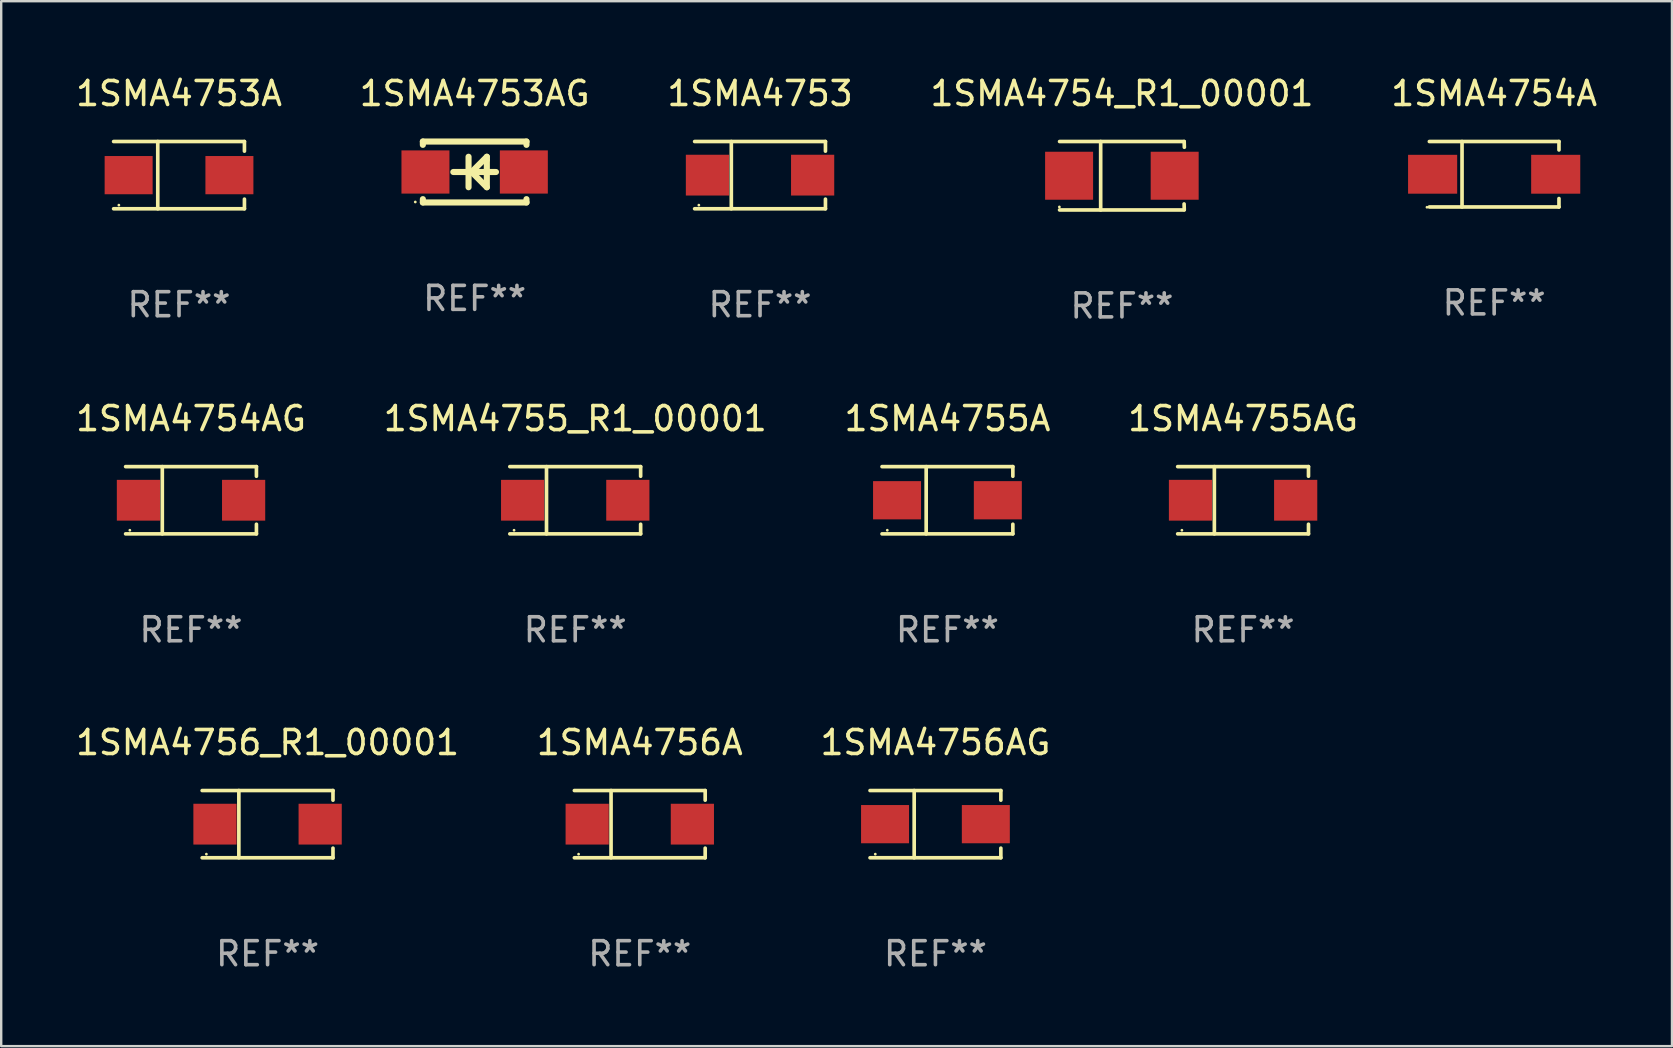
<source format=kicad_pcb>
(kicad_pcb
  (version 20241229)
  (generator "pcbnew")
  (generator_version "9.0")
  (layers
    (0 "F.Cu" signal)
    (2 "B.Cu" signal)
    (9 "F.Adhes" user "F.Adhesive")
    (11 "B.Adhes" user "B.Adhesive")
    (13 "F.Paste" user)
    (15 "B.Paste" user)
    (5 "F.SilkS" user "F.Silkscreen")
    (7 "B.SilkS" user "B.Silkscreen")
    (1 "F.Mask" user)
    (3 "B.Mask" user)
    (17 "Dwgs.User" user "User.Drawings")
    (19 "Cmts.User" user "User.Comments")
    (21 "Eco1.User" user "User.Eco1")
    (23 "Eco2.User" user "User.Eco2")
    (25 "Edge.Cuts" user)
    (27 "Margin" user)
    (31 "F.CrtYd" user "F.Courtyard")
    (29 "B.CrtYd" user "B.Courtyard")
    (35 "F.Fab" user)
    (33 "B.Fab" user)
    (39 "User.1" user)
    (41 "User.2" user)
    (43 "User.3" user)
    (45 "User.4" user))
  (footprint "1SMA4756_R1_00001"
    (layer "F.Cu")
    (at 8.101 31.297)
    (property "Reference" "1SMA4756_R1_00001" (at 0 -3.401 0) (layer "F.SilkS") (effects (font (size 1 1) (thickness 0.15))))
    (attr through_hole)
    (fp_line (start -2.726 -1.401) (end 2.726 -1.401) (stroke (width 0.152) (type solid)) (layer "F.SilkS"))
    (fp_line (start -2.726 1.401) (end 2.726 1.401) (stroke (width 0.152) (type solid)) (layer "F.SilkS"))
    (fp_line (start -1.197 -1.401) (end -1.197 1.401) (stroke (width 0.152) (type solid)) (layer "F.SilkS"))
    (fp_line (start 2.726 -1.401) (end 2.726 -1) (stroke (width 0.152) (type solid)) (layer "F.SilkS"))
    (fp_line (start 2.726 1.401) (end 2.726 1) (stroke (width 0.152) (type solid)) (layer "F.SilkS"))
    (fp_circle (center -2.55 1.25) (end -2.52 1.25) (stroke (width 0.06) (type solid)) (fill no) (layer "F.SilkS"))
    (fp_text user "REF**" (at 0 5.401 0) (layer "F.Fab") (effects (font (size 1 1) (thickness 0.15))))
    (pad "1" smd rect (at -2.192 0) (size 1.8 1.7) (layers "F.Cu" "F.Mask" "F.Paste"))
    (pad "2" smd rect (at 2.192 0) (size 1.8 1.7) (layers "F.Cu" "F.Mask" "F.Paste")))
  (footprint "1SMA4753AG"
    (layer "F.Cu")
    (at 16.732 4.118)
    (property "Reference" "1SMA4753AG" (at 0 -3.27 0) (layer "F.SilkS") (effects (font (size 1 1) (thickness 0.15))))
    (attr through_hole)
    (fp_line (start -2.159 -1.27) (end -2.159 -1.131) (stroke (width 0.254) (type solid)) (layer "F.SilkS"))
    (fp_line (start -2.159 1.131) (end -2.159 1.27) (stroke (width 0.254) (type solid)) (layer "F.SilkS"))
    (fp_line (start -2.159 1.27) (end 2.159 1.27) (stroke (width 0.254) (type solid)) (layer "F.SilkS"))
    (fp_line (start -0.255 -0.635) (end -0.255 0.635) (stroke (width 0.254) (type solid)) (layer "F.SilkS"))
    (fp_line (start -0.128 0) (end 0.507 -0.635) (stroke (width 0.254) (type solid)) (layer "F.SilkS"))
    (fp_line (start 0.507 -0.635) (end 0.507 -0.508) (stroke (width 0.254) (type solid)) (layer "F.SilkS"))
    (fp_line (start 0.507 -0.508) (end 0.507 0.635) (stroke (width 0.254) (type solid)) (layer "F.SilkS"))
    (fp_line (start 0.507 0.635) (end -0.128 0) (stroke (width 0.254) (type solid)) (layer "F.SilkS"))
    (fp_line (start 0.888 0) (end -0.89 0) (stroke (width 0.254) (type solid)) (layer "F.SilkS"))
    (fp_line (start 2.159 -1.27) (end -2.159 -1.27) (stroke (width 0.254) (type solid)) (layer "F.SilkS"))
    (fp_line (start 2.159 -1.131) (end 2.159 -1.27) (stroke (width 0.254) (type solid)) (layer "F.SilkS"))
    (fp_line (start 2.159 1.27) (end 2.159 1.131) (stroke (width 0.254) (type solid)) (layer "F.SilkS"))
    (fp_circle (center -2.475 1.25) (end -2.445 1.25) (stroke (width 0.06) (type solid)) (fill no) (layer "F.SilkS"))
    (fp_text user "REF**" (at 0 5.27 0) (layer "F.Fab") (effects (font (size 1 1) (thickness 0.15))))
    (pad "1" smd rect (at -2.051 0) (size 2 1.8) (layers "F.Cu" "F.Mask" "F.Paste"))
    (pad "2" smd rect (at 2.049 0) (size 2 1.8) (layers "F.Cu" "F.Mask" "F.Paste")))
  (footprint "1SMA4753"
    (layer "F.Cu")
    (at 28.625 4.249)
    (property "Reference" "1SMA4753" (at 0 -3.401 0) (layer "F.SilkS") (effects (font (size 1 1) (thickness 0.15))))
    (attr through_hole)
    (fp_line (start -2.726 -1.401) (end 2.726 -1.401) (stroke (width 0.152) (type solid)) (layer "F.SilkS"))
    (fp_line (start -2.726 1.401) (end 2.726 1.401) (stroke (width 0.152) (type solid)) (layer "F.SilkS"))
    (fp_line (start -1.197 -1.401) (end -1.197 1.401) (stroke (width 0.152) (type solid)) (layer "F.SilkS"))
    (fp_line (start 2.726 -1.401) (end 2.726 -1) (stroke (width 0.152) (type solid)) (layer "F.SilkS"))
    (fp_line (start 2.726 1.401) (end 2.726 1) (stroke (width 0.152) (type solid)) (layer "F.SilkS"))
    (fp_circle (center -2.55 1.25) (end -2.52 1.25) (stroke (width 0.06) (type solid)) (fill no) (layer "F.SilkS"))
    (fp_text user "REF**" (at 0 5.401 0) (layer "F.Fab") (effects (font (size 1 1) (thickness 0.15))))
    (pad "1" smd rect (at -2.192 0) (size 1.8 1.7) (layers "F.Cu" "F.Mask" "F.Paste"))
    (pad "2" smd rect (at 2.192 0) (size 1.8 1.7) (layers "F.Cu" "F.Mask" "F.Paste")))
  (footprint "1SMA4755A"
    (layer "F.Cu")
    (at 36.435 17.798)
    (property "Reference" "1SMA4755A" (at 0 -3.401 0) (layer "F.SilkS") (effects (font (size 1 1) (thickness 0.15))))
    (attr through_hole)
    (fp_line (start -2.726 -1.401) (end 2.726 -1.401) (stroke (width 0.152) (type solid)) (layer "F.SilkS"))
    (fp_line (start -2.726 1.401) (end 2.726 1.401) (stroke (width 0.152) (type solid)) (layer "F.SilkS"))
    (fp_line (start -0.886 -1.401) (end -0.886 1.401) (stroke (width 0.152) (type solid)) (layer "F.SilkS"))
    (fp_line (start 2.726 -1.401) (end 2.726 -1) (stroke (width 0.152) (type solid)) (layer "F.SilkS"))
    (fp_line (start 2.726 1.401) (end 2.726 1) (stroke (width 0.152) (type solid)) (layer "F.SilkS"))
    (fp_circle (center -2.507 1.25) (end -2.477 1.25) (stroke (width 0.06) (type solid)) (fill no) (layer "F.SilkS"))
    (fp_text user "REF**" (at 0 5.401 0) (layer "F.Fab") (effects (font (size 1 1) (thickness 0.15))))
    (pad "1" smd rect (at -2.1 0 180) (size 2 1.593) (layers "F.Cu" "F.Mask" "F.Paste"))
    (pad "2" smd rect (at 2.1 0 180) (size 2 1.593) (layers "F.Cu" "F.Mask" "F.Paste")))
  (footprint "1SMA4754AG"
    (layer "F.Cu")
    (at 4.911 17.798)
    (property "Reference" "1SMA4754AG" (at 0 -3.401 0) (layer "F.SilkS") (effects (font (size 1 1) (thickness 0.15))))
    (attr through_hole)
    (fp_line (start -2.726 -1.401) (end 2.726 -1.401) (stroke (width 0.152) (type solid)) (layer "F.SilkS"))
    (fp_line (start -2.726 1.401) (end 2.726 1.401) (stroke (width 0.152) (type solid)) (layer "F.SilkS"))
    (fp_line (start -1.197 -1.401) (end -1.197 1.401) (stroke (width 0.152) (type solid)) (layer "F.SilkS"))
    (fp_line (start 2.726 -1.401) (end 2.726 -1) (stroke (width 0.152) (type solid)) (layer "F.SilkS"))
    (fp_line (start 2.726 1.401) (end 2.726 1) (stroke (width 0.152) (type solid)) (layer "F.SilkS"))
    (fp_circle (center -2.55 1.25) (end -2.52 1.25) (stroke (width 0.06) (type solid)) (fill no) (layer "F.SilkS"))
    (fp_text user "REF**" (at 0 5.401 0) (layer "F.Fab") (effects (font (size 1 1) (thickness 0.15))))
    (pad "1" smd rect (at -2.192 0) (size 1.8 1.7) (layers "F.Cu" "F.Mask" "F.Paste"))
    (pad "2" smd rect (at 2.192 0) (size 1.8 1.7) (layers "F.Cu" "F.Mask" "F.Paste")))
  (footprint "1SMA4754A"
    (layer "F.Cu")
    (at 59.22 4.212)
    (property "Reference" "1SMA4754A" (at 0 -3.364 0) (layer "F.SilkS") (effects (font (size 1 1) (thickness 0.15))))
    (attr through_hole)
    (fp_line (start -2.701 -1.364) (end 2.701 -1.364) (stroke (width 0.152) (type solid)) (layer "F.SilkS"))
    (fp_line (start -2.701 1.364) (end 2.701 1.364) (stroke (width 0.152) (type solid)) (layer "F.SilkS"))
    (fp_line (start -1.339 -1.364) (end -1.339 1.364) (stroke (width 0.152) (type solid)) (layer "F.SilkS"))
    (fp_line (start 2.701 -1.364) (end 2.701 -1.013) (stroke (width 0.152) (type solid)) (layer "F.SilkS"))
    (fp_line (start 2.701 1.364) (end 2.701 1.013) (stroke (width 0.152) (type solid)) (layer "F.SilkS"))
    (fp_circle (center -2.8 1.375) (end -2.77 1.375) (stroke (width 0.06) (type solid)) (fill no) (layer "F.SilkS"))
    (fp_text user "REF**" (at 0 5.364 0) (layer "F.Fab") (effects (font (size 1 1) (thickness 0.15))))
    (pad "1" smd rect (at -2.565 -0.000025) (size 2.046 1.62) (layers "F.Cu" "F.Mask" "F.Paste"))
    (pad "2" smd rect (at 2.565 -0.000025) (size 2.046 1.62) (layers "F.Cu" "F.Mask" "F.Paste")))
  (footprint "1SMA4756AG"
    (layer "F.Cu")
    (at 35.935 31.297)
    (property "Reference" "1SMA4756AG" (at 0 -3.401 0) (layer "F.SilkS") (effects (font (size 1 1) (thickness 0.15))))
    (attr through_hole)
    (fp_line (start -2.726 -1.401) (end 2.726 -1.401) (stroke (width 0.152) (type solid)) (layer "F.SilkS"))
    (fp_line (start -2.726 1.401) (end 2.726 1.401) (stroke (width 0.152) (type solid)) (layer "F.SilkS"))
    (fp_line (start -0.886 -1.401) (end -0.886 1.401) (stroke (width 0.152) (type solid)) (layer "F.SilkS"))
    (fp_line (start 2.726 -1.401) (end 2.726 -1) (stroke (width 0.152) (type solid)) (layer "F.SilkS"))
    (fp_line (start 2.726 1.401) (end 2.726 1) (stroke (width 0.152) (type solid)) (layer "F.SilkS"))
    (fp_circle (center -2.507 1.25) (end -2.477 1.25) (stroke (width 0.06) (type solid)) (fill no) (layer "F.SilkS"))
    (fp_text user "REF**" (at 0 5.401 0) (layer "F.Fab") (effects (font (size 1 1) (thickness 0.15))))
    (pad "1" smd rect (at -2.1 0 180) (size 2 1.593) (layers "F.Cu" "F.Mask" "F.Paste"))
    (pad "2" smd rect (at 2.1 0 180) (size 2 1.593) (layers "F.Cu" "F.Mask" "F.Paste")))
  (footprint "1SMA4755_R1_00001"
    (layer "F.Cu")
    (at 20.923 17.798)
    (property "Reference" "1SMA4755_R1_00001" (at 0 -3.401 0) (layer "F.SilkS") (effects (font (size 1 1) (thickness 0.15))))
    (attr through_hole)
    (fp_line (start -2.726 -1.401) (end 2.726 -1.401) (stroke (width 0.152) (type solid)) (layer "F.SilkS"))
    (fp_line (start -2.726 1.401) (end 2.726 1.401) (stroke (width 0.152) (type solid)) (layer "F.SilkS"))
    (fp_line (start -1.197 -1.401) (end -1.197 1.401) (stroke (width 0.152) (type solid)) (layer "F.SilkS"))
    (fp_line (start 2.726 -1.401) (end 2.726 -1) (stroke (width 0.152) (type solid)) (layer "F.SilkS"))
    (fp_line (start 2.726 1.401) (end 2.726 1) (stroke (width 0.152) (type solid)) (layer "F.SilkS"))
    (fp_circle (center -2.55 1.25) (end -2.52 1.25) (stroke (width 0.06) (type solid)) (fill no) (layer "F.SilkS"))
    (fp_text user "REF**" (at 0 5.401 0) (layer "F.Fab") (effects (font (size 1 1) (thickness 0.15))))
    (pad "1" smd rect (at -2.192 0) (size 1.8 1.7) (layers "F.Cu" "F.Mask" "F.Paste"))
    (pad "2" smd rect (at 2.192 0) (size 1.8 1.7) (layers "F.Cu" "F.Mask" "F.Paste")))
  (footprint "1SMA4755AG"
    (layer "F.Cu")
    (at 48.756 17.798)
    (property "Reference" "1SMA4755AG" (at 0 -3.401 0) (layer "F.SilkS") (effects (font (size 1 1) (thickness 0.15))))
    (attr through_hole)
    (fp_line (start -2.726 -1.401) (end 2.726 -1.401) (stroke (width 0.152) (type solid)) (layer "F.SilkS"))
    (fp_line (start -2.726 1.401) (end 2.726 1.401) (stroke (width 0.152) (type solid)) (layer "F.SilkS"))
    (fp_line (start -1.197 -1.401) (end -1.197 1.401) (stroke (width 0.152) (type solid)) (layer "F.SilkS"))
    (fp_line (start 2.726 -1.401) (end 2.726 -1) (stroke (width 0.152) (type solid)) (layer "F.SilkS"))
    (fp_line (start 2.726 1.401) (end 2.726 1) (stroke (width 0.152) (type solid)) (layer "F.SilkS"))
    (fp_circle (center -2.55 1.25) (end -2.52 1.25) (stroke (width 0.06) (type solid)) (fill no) (layer "F.SilkS"))
    (fp_text user "REF**" (at 0 5.401 0) (layer "F.Fab") (effects (font (size 1 1) (thickness 0.15))))
    (pad "1" smd rect (at -2.192 0) (size 1.8 1.7) (layers "F.Cu" "F.Mask" "F.Paste"))
    (pad "2" smd rect (at 2.192 0) (size 1.8 1.7) (layers "F.Cu" "F.Mask" "F.Paste")))
  (footprint "1SMA4753A"
    (layer "F.Cu")
    (at 4.411 4.249)
    (property "Reference" "1SMA4753A" (at 0 -3.401 0) (layer "F.SilkS") (effects (font (size 1 1) (thickness 0.15))))
    (attr through_hole)
    (fp_line (start -2.726 -1.401) (end 2.726 -1.401) (stroke (width 0.152) (type solid)) (layer "F.SilkS"))
    (fp_line (start -2.726 1.401) (end 2.726 1.401) (stroke (width 0.152) (type solid)) (layer "F.SilkS"))
    (fp_line (start -0.886 -1.401) (end -0.886 1.401) (stroke (width 0.152) (type solid)) (layer "F.SilkS"))
    (fp_line (start 2.726 -1.401) (end 2.726 -1) (stroke (width 0.152) (type solid)) (layer "F.SilkS"))
    (fp_line (start 2.726 1.401) (end 2.726 1) (stroke (width 0.152) (type solid)) (layer "F.SilkS"))
    (fp_circle (center -2.507 1.25) (end -2.477 1.25) (stroke (width 0.06) (type solid)) (fill no) (layer "F.SilkS"))
    (fp_text user "REF**" (at 0 5.401 0) (layer "F.Fab") (effects (font (size 1 1) (thickness 0.15))))
    (pad "1" smd rect (at -2.1 0 180) (size 2 1.593) (layers "F.Cu" "F.Mask" "F.Paste"))
    (pad "2" smd rect (at 2.1 0 180) (size 2 1.593) (layers "F.Cu" "F.Mask" "F.Paste")))
  (footprint "1SMA4756A"
    (layer "F.Cu")
    (at 23.613 31.297)
    (property "Reference" "1SMA4756A" (at 0 -3.401 0) (layer "F.SilkS") (effects (font (size 1 1) (thickness 0.15))))
    (attr through_hole)
    (fp_line (start -2.726 -1.401) (end 2.726 -1.401) (stroke (width 0.152) (type solid)) (layer "F.SilkS"))
    (fp_line (start -2.726 1.401) (end 2.726 1.401) (stroke (width 0.152) (type solid)) (layer "F.SilkS"))
    (fp_line (start -1.197 -1.401) (end -1.197 1.401) (stroke (width 0.152) (type solid)) (layer "F.SilkS"))
    (fp_line (start 2.726 -1.401) (end 2.726 -1) (stroke (width 0.152) (type solid)) (layer "F.SilkS"))
    (fp_line (start 2.726 1.401) (end 2.726 1) (stroke (width 0.152) (type solid)) (layer "F.SilkS"))
    (fp_circle (center -2.55 1.25) (end -2.52 1.25) (stroke (width 0.06) (type solid)) (fill no) (layer "F.SilkS"))
    (fp_text user "REF**" (at 0 5.401 0) (layer "F.Fab") (effects (font (size 1 1) (thickness 0.15))))
    (pad "1" smd rect (at -2.192 0) (size 1.8 1.7) (layers "F.Cu" "F.Mask" "F.Paste"))
    (pad "2" smd rect (at 2.192 0) (size 1.8 1.7) (layers "F.Cu" "F.Mask" "F.Paste")))
  (footprint "1SMA4754_R1_00001"
    (layer "F.Cu")
    (at 43.708 4.274)
    (property "Reference" "1SMA4754_R1_00001" (at 0 -3.426 0) (layer "F.SilkS") (effects (font (size 1 1) (thickness 0.15))))
    (attr through_hole)
    (fp_line (start -2.6 -1.426) (end 2.593 -1.426) (stroke (width 0.152) (type solid)) (layer "F.SilkS"))
    (fp_line (start -2.6 1.426) (end 2.593 1.426) (stroke (width 0.152) (type solid)) (layer "F.SilkS"))
    (fp_line (start -0.887 -1.426) (end -0.887 1.426) (stroke (width 0.152) (type solid)) (layer "F.SilkS"))
    (fp_line (start 2.59 1.176) (end 2.597 1.415) (stroke (width 0.152) (type solid)) (layer "F.SilkS"))
    (fp_line (start 2.593 -1.426) (end 2.6 -1.187) (stroke (width 0.152) (type solid)) (layer "F.SilkS"))
    (fp_circle (center -2.608 1.3) (end -2.578 1.3) (stroke (width 0.06) (type solid)) (fill no) (layer "F.SilkS"))
    (fp_text user "REF**" (at 0 5.426 0) (layer "F.Fab") (effects (font (size 1 1) (thickness 0.15))))
    (pad "1" smd rect (at -2.203 0 180) (size 2 2) (layers "F.Cu" "F.Mask" "F.Paste"))
    (pad "2" smd rect (at 2.197 0 180) (size 2 2) (layers "F.Cu" "F.Mask" "F.Paste")))
  (gr_rect
    (start -3 -3)
    (end 66.631 40.547)
    (stroke (width 0.1) (type default))
    (fill no)
    (layer "Edge.Cuts")))
</source>
